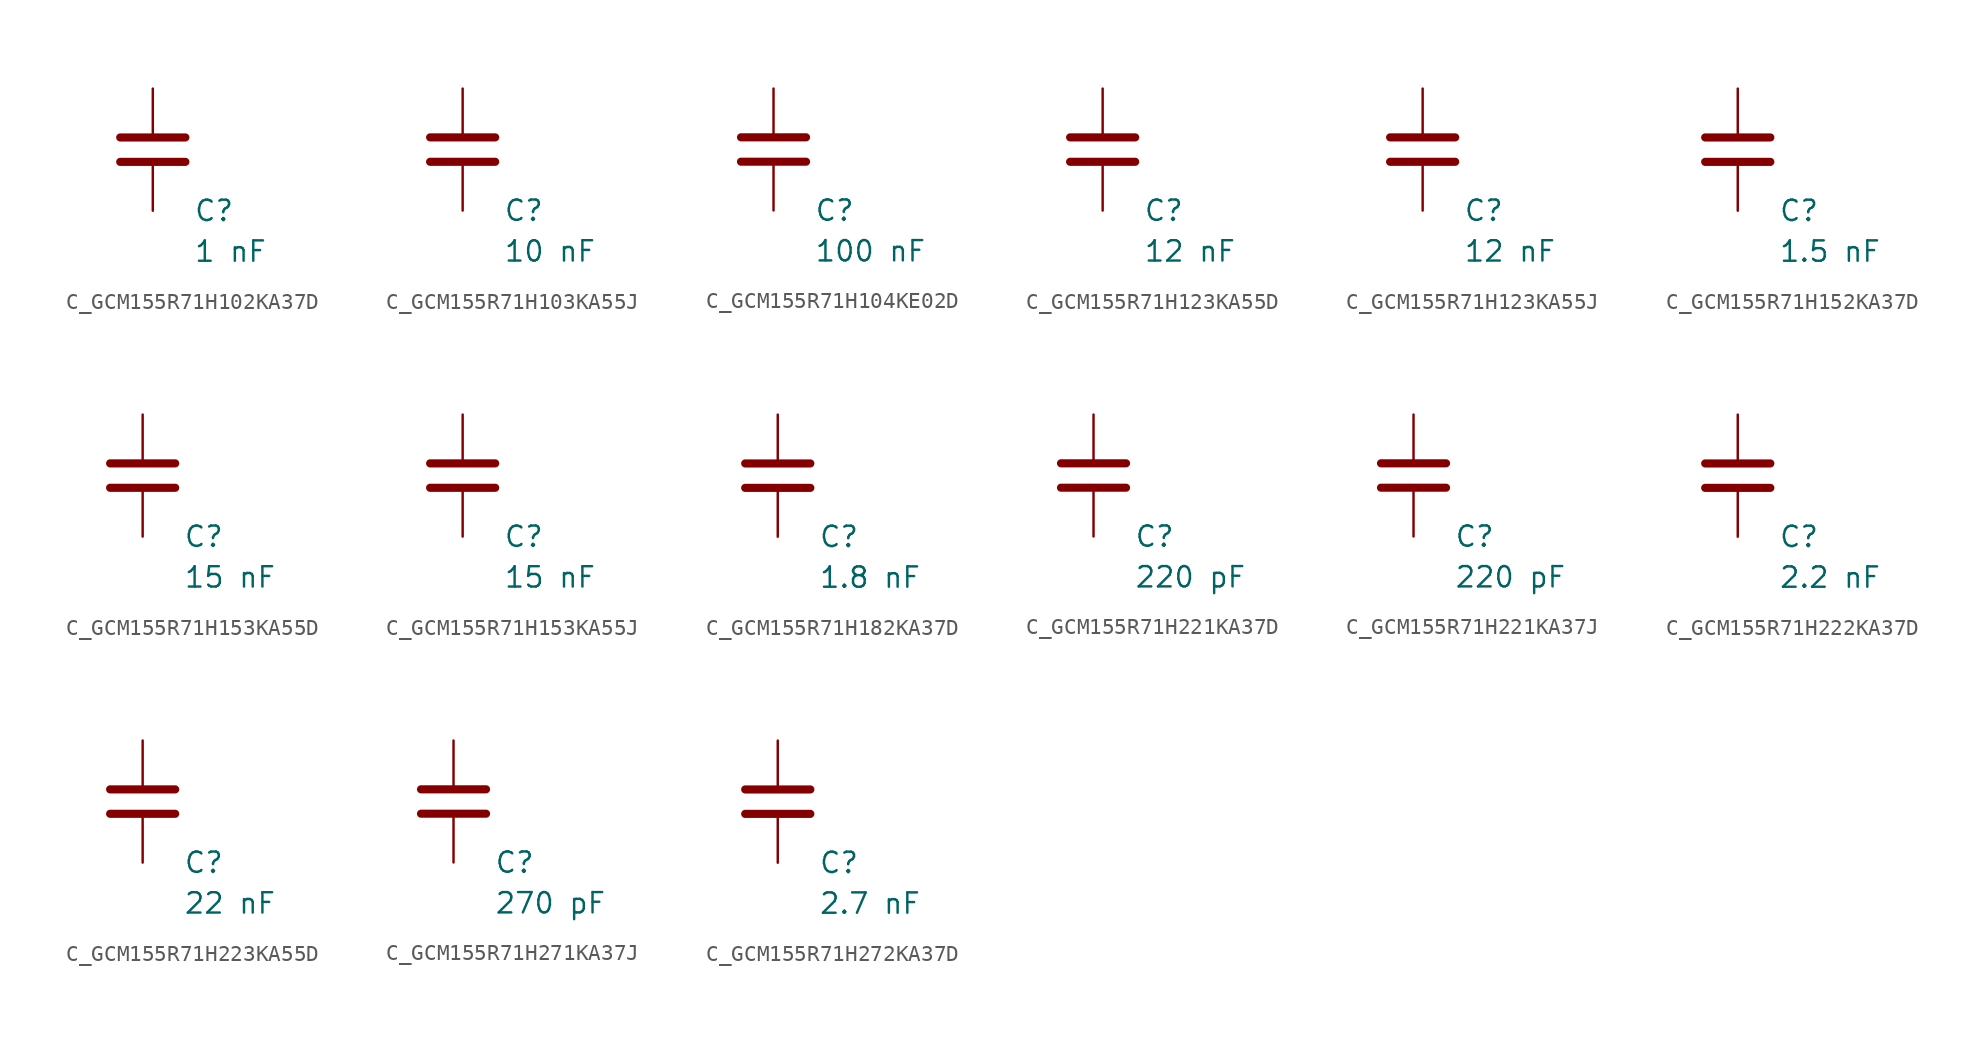
<source format=kicad_sym>
(kicad_symbol_lib
  (version 20231120)
  (generator "kicad_symbol_editor")
  (generator_version "8.0")
  (symbol "C_GCM155R71H102KA37D"
    (pin_numbers hide)
    (pin_names
      (offset 0.254))
    (property "Reference" "C"
      (at 2.54 -3.81 0)
      (effects (font (size 1.27 1.27)) (justify left))
      (show_name no))
    (property "Value" "1 nF"
      (at 2.54 -6.35 0)
      (effects (font (size 1.27 1.27)) (justify left))
      (show_name no))
    (symbol "C_GCM155R71H102KA37D_0_1"
      (polyline (pts (xy -2.032 -0.762) (xy 2.032 -0.762)) (stroke (width 0.508) (type default)) (fill (type none)))
      (polyline (pts (xy -2.032 0.762) (xy 2.032 0.762)) (stroke (width 0.508) (type default)) (fill (type none))))
    (symbol "C_GCM155R71H102KA37D_1_1"
      (pin passive line (at 0 3.81 270) (length 2.794) (name "~" (effects (font (size 1.27 1.27)))) (number "1" (effects (font (size 1.27 1.27)))))
      (pin passive line (at 0 -3.81 90) (length 2.794) (name "~" (effects (font (size 1.27 1.27)))) (number "2" (effects (font (size 1.27 1.27)))))))
  (symbol "C_GCM155R71H103KA55J"
    (pin_numbers hide)
    (pin_names
      (offset 0.254))
    (property "Reference" "C"
      (at 2.54 -3.81 0)
      (effects (font (size 1.27 1.27)) (justify left))
      (show_name no))
    (property "Value" "10 nF"
      (at 2.54 -6.35 0)
      (effects (font (size 1.27 1.27)) (justify left))
      (show_name no))
    (symbol "C_GCM155R71H103KA55J_0_1"
      (polyline (pts (xy -2.032 -0.762) (xy 2.032 -0.762)) (stroke (width 0.508) (type default)) (fill (type none)))
      (polyline (pts (xy -2.032 0.762) (xy 2.032 0.762)) (stroke (width 0.508) (type default)) (fill (type none))))
    (symbol "C_GCM155R71H103KA55J_1_1"
      (pin passive line (at 0 3.81 270) (length 2.794) (name "~" (effects (font (size 1.27 1.27)))) (number "1" (effects (font (size 1.27 1.27)))))
      (pin passive line (at 0 -3.81 90) (length 2.794) (name "~" (effects (font (size 1.27 1.27)))) (number "2" (effects (font (size 1.27 1.27)))))))
  (symbol "C_GCM155R71H104KE02D"
    (pin_numbers hide)
    (pin_names
      (offset 0.254))
    (property "Reference" "C"
      (at 2.54 -3.81 0)
      (effects (font (size 1.27 1.27)) (justify left))
      (show_name no))
    (property "Value" "100 nF"
      (at 2.54 -6.35 0)
      (effects (font (size 1.27 1.27)) (justify left))
      (show_name no))
    (symbol "C_GCM155R71H104KE02D_0_1"
      (polyline (pts (xy -2.032 -0.762) (xy 2.032 -0.762)) (stroke (width 0.508) (type default)) (fill (type none)))
      (polyline (pts (xy -2.032 0.762) (xy 2.032 0.762)) (stroke (width 0.508) (type default)) (fill (type none))))
    (symbol "C_GCM155R71H104KE02D_1_1"
      (pin passive line (at 0 3.81 270) (length 2.794) (name "~" (effects (font (size 1.27 1.27)))) (number "1" (effects (font (size 1.27 1.27)))))
      (pin passive line (at 0 -3.81 90) (length 2.794) (name "~" (effects (font (size 1.27 1.27)))) (number "2" (effects (font (size 1.27 1.27)))))))
  (symbol "C_GCM155R71H123KA55D"
    (pin_numbers hide)
    (pin_names
      (offset 0.254))
    (property "Reference" "C"
      (at 2.54 -3.81 0)
      (effects (font (size 1.27 1.27)) (justify left))
      (show_name no))
    (property "Value" "12 nF"
      (at 2.54 -6.35 0)
      (effects (font (size 1.27 1.27)) (justify left))
      (show_name no))
    (symbol "C_GCM155R71H123KA55D_0_1"
      (polyline (pts (xy -2.032 -0.762) (xy 2.032 -0.762)) (stroke (width 0.508) (type default)) (fill (type none)))
      (polyline (pts (xy -2.032 0.762) (xy 2.032 0.762)) (stroke (width 0.508) (type default)) (fill (type none))))
    (symbol "C_GCM155R71H123KA55D_1_1"
      (pin passive line (at 0 3.81 270) (length 2.794) (name "~" (effects (font (size 1.27 1.27)))) (number "1" (effects (font (size 1.27 1.27)))))
      (pin passive line (at 0 -3.81 90) (length 2.794) (name "~" (effects (font (size 1.27 1.27)))) (number "2" (effects (font (size 1.27 1.27)))))))
  (symbol "C_GCM155R71H123KA55J"
    (pin_numbers hide)
    (pin_names
      (offset 0.254))
    (property "Reference" "C"
      (at 2.54 -3.81 0)
      (effects (font (size 1.27 1.27)) (justify left))
      (show_name no))
    (property "Value" "12 nF"
      (at 2.54 -6.35 0)
      (effects (font (size 1.27 1.27)) (justify left))
      (show_name no))
    (symbol "C_GCM155R71H123KA55J_0_1"
      (polyline (pts (xy -2.032 -0.762) (xy 2.032 -0.762)) (stroke (width 0.508) (type default)) (fill (type none)))
      (polyline (pts (xy -2.032 0.762) (xy 2.032 0.762)) (stroke (width 0.508) (type default)) (fill (type none))))
    (symbol "C_GCM155R71H123KA55J_1_1"
      (pin passive line (at 0 3.81 270) (length 2.794) (name "~" (effects (font (size 1.27 1.27)))) (number "1" (effects (font (size 1.27 1.27)))))
      (pin passive line (at 0 -3.81 90) (length 2.794) (name "~" (effects (font (size 1.27 1.27)))) (number "2" (effects (font (size 1.27 1.27)))))))
  (symbol "C_GCM155R71H152KA37D"
    (pin_numbers hide)
    (pin_names
      (offset 0.254))
    (property "Reference" "C"
      (at 2.54 -3.81 0)
      (effects (font (size 1.27 1.27)) (justify left))
      (show_name no))
    (property "Value" "1.5 nF"
      (at 2.54 -6.35 0)
      (effects (font (size 1.27 1.27)) (justify left))
      (show_name no))
    (symbol "C_GCM155R71H152KA37D_0_1"
      (polyline (pts (xy -2.032 -0.762) (xy 2.032 -0.762)) (stroke (width 0.508) (type default)) (fill (type none)))
      (polyline (pts (xy -2.032 0.762) (xy 2.032 0.762)) (stroke (width 0.508) (type default)) (fill (type none))))
    (symbol "C_GCM155R71H152KA37D_1_1"
      (pin passive line (at 0 3.81 270) (length 2.794) (name "~" (effects (font (size 1.27 1.27)))) (number "1" (effects (font (size 1.27 1.27)))))
      (pin passive line (at 0 -3.81 90) (length 2.794) (name "~" (effects (font (size 1.27 1.27)))) (number "2" (effects (font (size 1.27 1.27)))))))
  (symbol "C_GCM155R71H153KA55D"
    (pin_numbers hide)
    (pin_names
      (offset 0.254))
    (property "Reference" "C"
      (at 2.54 -3.81 0)
      (effects (font (size 1.27 1.27)) (justify left))
      (show_name no))
    (property "Value" "15 nF"
      (at 2.54 -6.35 0)
      (effects (font (size 1.27 1.27)) (justify left))
      (show_name no))
    (symbol "C_GCM155R71H153KA55D_0_1"
      (polyline (pts (xy -2.032 -0.762) (xy 2.032 -0.762)) (stroke (width 0.508) (type default)) (fill (type none)))
      (polyline (pts (xy -2.032 0.762) (xy 2.032 0.762)) (stroke (width 0.508) (type default)) (fill (type none))))
    (symbol "C_GCM155R71H153KA55D_1_1"
      (pin passive line (at 0 3.81 270) (length 2.794) (name "~" (effects (font (size 1.27 1.27)))) (number "1" (effects (font (size 1.27 1.27)))))
      (pin passive line (at 0 -3.81 90) (length 2.794) (name "~" (effects (font (size 1.27 1.27)))) (number "2" (effects (font (size 1.27 1.27)))))))
  (symbol "C_GCM155R71H153KA55J"
    (pin_numbers hide)
    (pin_names
      (offset 0.254))
    (property "Reference" "C"
      (at 2.54 -3.81 0)
      (effects (font (size 1.27 1.27)) (justify left))
      (show_name no))
    (property "Value" "15 nF"
      (at 2.54 -6.35 0)
      (effects (font (size 1.27 1.27)) (justify left))
      (show_name no))
    (symbol "C_GCM155R71H153KA55J_0_1"
      (polyline (pts (xy -2.032 -0.762) (xy 2.032 -0.762)) (stroke (width 0.508) (type default)) (fill (type none)))
      (polyline (pts (xy -2.032 0.762) (xy 2.032 0.762)) (stroke (width 0.508) (type default)) (fill (type none))))
    (symbol "C_GCM155R71H153KA55J_1_1"
      (pin passive line (at 0 3.81 270) (length 2.794) (name "~" (effects (font (size 1.27 1.27)))) (number "1" (effects (font (size 1.27 1.27)))))
      (pin passive line (at 0 -3.81 90) (length 2.794) (name "~" (effects (font (size 1.27 1.27)))) (number "2" (effects (font (size 1.27 1.27)))))))
  (symbol "C_GCM155R71H182KA37D"
    (pin_numbers hide)
    (pin_names
      (offset 0.254))
    (property "Reference" "C"
      (at 2.54 -3.81 0)
      (effects (font (size 1.27 1.27)) (justify left))
      (show_name no))
    (property "Value" "1.8 nF"
      (at 2.54 -6.35 0)
      (effects (font (size 1.27 1.27)) (justify left))
      (show_name no))
    (symbol "C_GCM155R71H182KA37D_0_1"
      (polyline (pts (xy -2.032 -0.762) (xy 2.032 -0.762)) (stroke (width 0.508) (type default)) (fill (type none)))
      (polyline (pts (xy -2.032 0.762) (xy 2.032 0.762)) (stroke (width 0.508) (type default)) (fill (type none))))
    (symbol "C_GCM155R71H182KA37D_1_1"
      (pin passive line (at 0 3.81 270) (length 2.794) (name "~" (effects (font (size 1.27 1.27)))) (number "1" (effects (font (size 1.27 1.27)))))
      (pin passive line (at 0 -3.81 90) (length 2.794) (name "~" (effects (font (size 1.27 1.27)))) (number "2" (effects (font (size 1.27 1.27)))))))
  (symbol "C_GCM155R71H221KA37D"
    (pin_numbers hide)
    (pin_names
      (offset 0.254))
    (property "Reference" "C"
      (at 2.54 -3.81 0)
      (effects (font (size 1.27 1.27)) (justify left))
      (show_name no))
    (property "Value" "220 pF"
      (at 2.54 -6.35 0)
      (effects (font (size 1.27 1.27)) (justify left))
      (show_name no))
    (symbol "C_GCM155R71H221KA37D_0_1"
      (polyline (pts (xy -2.032 -0.762) (xy 2.032 -0.762)) (stroke (width 0.508) (type default)) (fill (type none)))
      (polyline (pts (xy -2.032 0.762) (xy 2.032 0.762)) (stroke (width 0.508) (type default)) (fill (type none))))
    (symbol "C_GCM155R71H221KA37D_1_1"
      (pin passive line (at 0 3.81 270) (length 2.794) (name "~" (effects (font (size 1.27 1.27)))) (number "1" (effects (font (size 1.27 1.27)))))
      (pin passive line (at 0 -3.81 90) (length 2.794) (name "~" (effects (font (size 1.27 1.27)))) (number "2" (effects (font (size 1.27 1.27)))))))
  (symbol "C_GCM155R71H221KA37J"
    (pin_numbers hide)
    (pin_names
      (offset 0.254))
    (property "Reference" "C"
      (at 2.54 -3.81 0)
      (effects (font (size 1.27 1.27)) (justify left))
      (show_name no))
    (property "Value" "220 pF"
      (at 2.54 -6.35 0)
      (effects (font (size 1.27 1.27)) (justify left))
      (show_name no))
    (symbol "C_GCM155R71H221KA37J_0_1"
      (polyline (pts (xy -2.032 -0.762) (xy 2.032 -0.762)) (stroke (width 0.508) (type default)) (fill (type none)))
      (polyline (pts (xy -2.032 0.762) (xy 2.032 0.762)) (stroke (width 0.508) (type default)) (fill (type none))))
    (symbol "C_GCM155R71H221KA37J_1_1"
      (pin passive line (at 0 3.81 270) (length 2.794) (name "~" (effects (font (size 1.27 1.27)))) (number "1" (effects (font (size 1.27 1.27)))))
      (pin passive line (at 0 -3.81 90) (length 2.794) (name "~" (effects (font (size 1.27 1.27)))) (number "2" (effects (font (size 1.27 1.27)))))))
  (symbol "C_GCM155R71H222KA37D"
    (pin_numbers hide)
    (pin_names
      (offset 0.254))
    (property "Reference" "C"
      (at 2.54 -3.81 0)
      (effects (font (size 1.27 1.27)) (justify left))
      (show_name no))
    (property "Value" "2.2 nF"
      (at 2.54 -6.35 0)
      (effects (font (size 1.27 1.27)) (justify left))
      (show_name no))
    (symbol "C_GCM155R71H222KA37D_0_1"
      (polyline (pts (xy -2.032 -0.762) (xy 2.032 -0.762)) (stroke (width 0.508) (type default)) (fill (type none)))
      (polyline (pts (xy -2.032 0.762) (xy 2.032 0.762)) (stroke (width 0.508) (type default)) (fill (type none))))
    (symbol "C_GCM155R71H222KA37D_1_1"
      (pin passive line (at 0 3.81 270) (length 2.794) (name "~" (effects (font (size 1.27 1.27)))) (number "1" (effects (font (size 1.27 1.27)))))
      (pin passive line (at 0 -3.81 90) (length 2.794) (name "~" (effects (font (size 1.27 1.27)))) (number "2" (effects (font (size 1.27 1.27)))))))
  (symbol "C_GCM155R71H223KA55D"
    (pin_numbers hide)
    (pin_names
      (offset 0.254))
    (property "Reference" "C"
      (at 2.54 -3.81 0)
      (effects (font (size 1.27 1.27)) (justify left))
      (show_name no))
    (property "Value" "22 nF"
      (at 2.54 -6.35 0)
      (effects (font (size 1.27 1.27)) (justify left))
      (show_name no))
    (symbol "C_GCM155R71H223KA55D_0_1"
      (polyline (pts (xy -2.032 -0.762) (xy 2.032 -0.762)) (stroke (width 0.508) (type default)) (fill (type none)))
      (polyline (pts (xy -2.032 0.762) (xy 2.032 0.762)) (stroke (width 0.508) (type default)) (fill (type none))))
    (symbol "C_GCM155R71H223KA55D_1_1"
      (pin passive line (at 0 3.81 270) (length 2.794) (name "~" (effects (font (size 1.27 1.27)))) (number "1" (effects (font (size 1.27 1.27)))))
      (pin passive line (at 0 -3.81 90) (length 2.794) (name "~" (effects (font (size 1.27 1.27)))) (number "2" (effects (font (size 1.27 1.27)))))))
  (symbol "C_GCM155R71H271KA37J"
    (pin_numbers hide)
    (pin_names
      (offset 0.254))
    (property "Reference" "C"
      (at 2.54 -3.81 0)
      (effects (font (size 1.27 1.27)) (justify left))
      (show_name no))
    (property "Value" "270 pF"
      (at 2.54 -6.35 0)
      (effects (font (size 1.27 1.27)) (justify left))
      (show_name no))
    (symbol "C_GCM155R71H271KA37J_0_1"
      (polyline (pts (xy -2.032 -0.762) (xy 2.032 -0.762)) (stroke (width 0.508) (type default)) (fill (type none)))
      (polyline (pts (xy -2.032 0.762) (xy 2.032 0.762)) (stroke (width 0.508) (type default)) (fill (type none))))
    (symbol "C_GCM155R71H271KA37J_1_1"
      (pin passive line (at 0 3.81 270) (length 2.794) (name "~" (effects (font (size 1.27 1.27)))) (number "1" (effects (font (size 1.27 1.27)))))
      (pin passive line (at 0 -3.81 90) (length 2.794) (name "~" (effects (font (size 1.27 1.27)))) (number "2" (effects (font (size 1.27 1.27)))))))
  (symbol "C_GCM155R71H272KA37D"
    (pin_numbers hide)
    (pin_names
      (offset 0.254))
    (property "Reference" "C"
      (at 2.54 -3.81 0)
      (effects (font (size 1.27 1.27)) (justify left))
      (show_name no))
    (property "Value" "2.7 nF"
      (at 2.54 -6.35 0)
      (effects (font (size 1.27 1.27)) (justify left))
      (show_name no))
    (symbol "C_GCM155R71H272KA37D_0_1"
      (polyline (pts (xy -2.032 -0.762) (xy 2.032 -0.762)) (stroke (width 0.508) (type default)) (fill (type none)))
      (polyline (pts (xy -2.032 0.762) (xy 2.032 0.762)) (stroke (width 0.508) (type default)) (fill (type none))))
    (symbol "C_GCM155R71H272KA37D_1_1"
      (pin passive line (at 0 3.81 270) (length 2.794) (name "~" (effects (font (size 1.27 1.27)))) (number "1" (effects (font (size 1.27 1.27)))))
      (pin passive line (at 0 -3.81 90) (length 2.794) (name "~" (effects (font (size 1.27 1.27)))) (number "2" (effects (font (size 1.27 1.27))))))))
</source>
